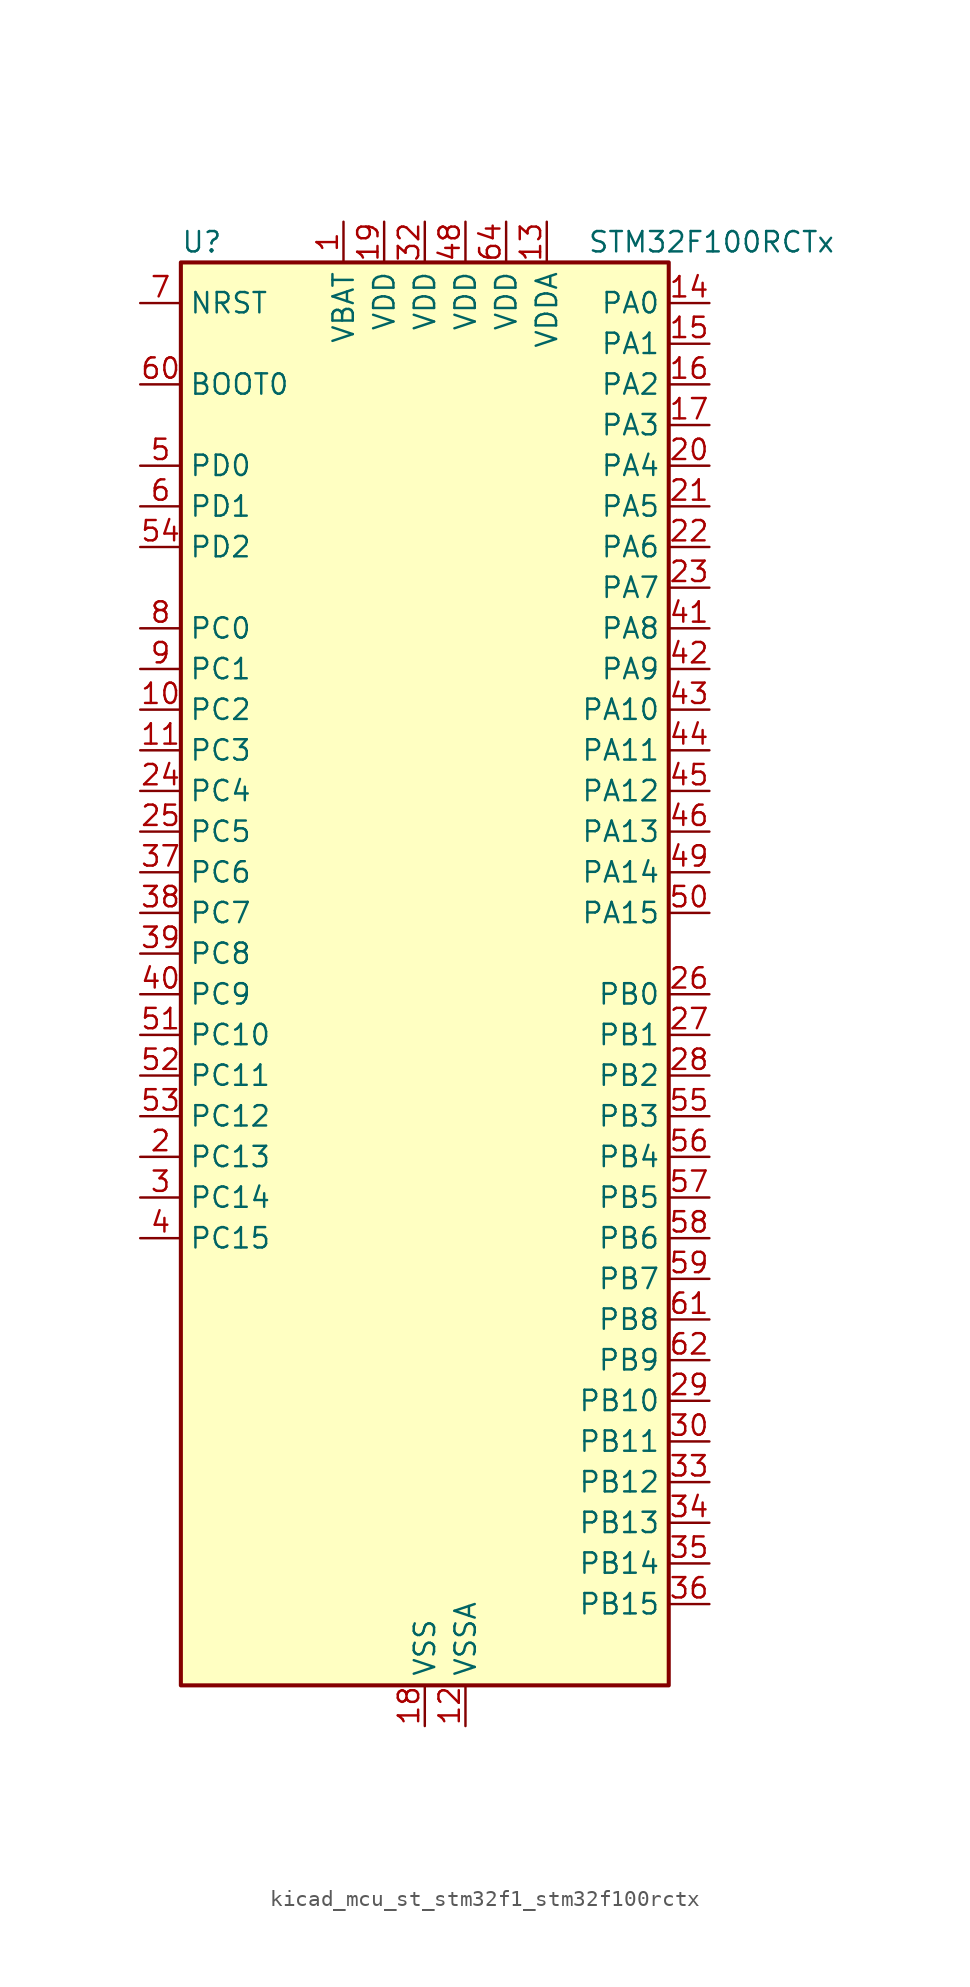
<source format=kicad_sym>
(kicad_symbol_lib
  (version 20220914)
  (generator kicad_symbol_editor)
  (symbol "kicad_mcu_st_stm32f1_stm32f100rctx"
    (property "Reference" "U"
      (at -15.24 46.99 0)
      (effects (font (size 1.27 1.27)) (justify left)))
    (property "Value" "STM32F100RCTx"
      (at 10.16 46.99 0)
      (effects (font (size 1.27 1.27)) (justify left)))
    (property "ki_locked" ""
      (at 0 0 0)
      (effects (font (size 1.27 1.27))))
    (symbol "kicad_mcu_st_stm32f1_stm32f100rctx_0_1"
      (rectangle (start -15.24 -43.18) (end 15.24 45.72) (stroke (width 0.254) (type default)) (fill (type background))))
    (symbol "kicad_mcu_st_stm32f1_stm32f100rctx_1_1"
      (pin power_in line (at -5.08 48.26 270) (length 2.54) (name "VBAT" (effects (font (size 1.27 1.27)))) (number "1" (effects (font (size 1.27 1.27)))))
      (pin bidirectional line (at -17.78 17.78 0) (length 2.54) (name "PC2" (effects (font (size 1.27 1.27)))) (number "10" (effects (font (size 1.27 1.27)))) (alternate "ADC1_IN12" bidirectional line))
      (pin bidirectional line (at -17.78 15.24 0) (length 2.54) (name "PC3" (effects (font (size 1.27 1.27)))) (number "11" (effects (font (size 1.27 1.27)))) (alternate "ADC1_IN13" bidirectional line))
      (pin power_in line (at 2.54 -45.72 90) (length 2.54) (name "VSSA" (effects (font (size 1.27 1.27)))) (number "12" (effects (font (size 1.27 1.27)))))
      (pin power_in line (at 7.62 48.26 270) (length 2.54) (name "VDDA" (effects (font (size 1.27 1.27)))) (number "13" (effects (font (size 1.27 1.27)))))
      (pin bidirectional line (at 17.78 43.18 180) (length 2.54) (name "PA0" (effects (font (size 1.27 1.27)))) (number "14" (effects (font (size 1.27 1.27)))) (alternate "ADC1_IN0" bidirectional line) (alternate "SYS_WKUP" bidirectional line) (alternate "TIM2_CH1" bidirectional line) (alternate "TIM2_ETR" bidirectional line) (alternate "TIM5_CH1" bidirectional line) (alternate "USART2_CTS" bidirectional line))
      (pin bidirectional line (at 17.78 40.64 180) (length 2.54) (name "PA1" (effects (font (size 1.27 1.27)))) (number "15" (effects (font (size 1.27 1.27)))) (alternate "ADC1_IN1" bidirectional line) (alternate "TIM2_CH2" bidirectional line) (alternate "TIM5_CH2" bidirectional line) (alternate "USART2_RTS" bidirectional line))
      (pin bidirectional line (at 17.78 38.1 180) (length 2.54) (name "PA2" (effects (font (size 1.27 1.27)))) (number "16" (effects (font (size 1.27 1.27)))) (alternate "ADC1_IN2" bidirectional line) (alternate "TIM15_CH1" bidirectional line) (alternate "TIM2_CH3" bidirectional line) (alternate "TIM5_CH3" bidirectional line) (alternate "USART2_TX" bidirectional line))
      (pin bidirectional line (at 17.78 35.56 180) (length 2.54) (name "PA3" (effects (font (size 1.27 1.27)))) (number "17" (effects (font (size 1.27 1.27)))) (alternate "ADC1_IN3" bidirectional line) (alternate "TIM15_CH2" bidirectional line) (alternate "TIM2_CH4" bidirectional line) (alternate "TIM5_CH4" bidirectional line) (alternate "USART2_RX" bidirectional line))
      (pin power_in line (at 0 -45.72 90) (length 2.54) (name "VSS" (effects (font (size 1.27 1.27)))) (number "18" (effects (font (size 1.27 1.27)))))
      (pin power_in line (at -2.54 48.26 270) (length 2.54) (name "VDD" (effects (font (size 1.27 1.27)))) (number "19" (effects (font (size 1.27 1.27)))))
      (pin bidirectional line (at -17.78 -10.16 0) (length 2.54) (name "PC13" (effects (font (size 1.27 1.27)))) (number "2" (effects (font (size 1.27 1.27)))) (alternate "RTC_OUT" bidirectional line) (alternate "RTC_TAMPER" bidirectional line))
      (pin bidirectional line (at 17.78 33.02 180) (length 2.54) (name "PA4" (effects (font (size 1.27 1.27)))) (number "20" (effects (font (size 1.27 1.27)))) (alternate "ADC1_IN4" bidirectional line) (alternate "DAC_OUT1" bidirectional line) (alternate "SPI1_NSS" bidirectional line) (alternate "USART2_CK" bidirectional line))
      (pin bidirectional line (at 17.78 30.48 180) (length 2.54) (name "PA5" (effects (font (size 1.27 1.27)))) (number "21" (effects (font (size 1.27 1.27)))) (alternate "ADC1_IN5" bidirectional line) (alternate "DAC_OUT2" bidirectional line) (alternate "SPI1_SCK" bidirectional line))
      (pin bidirectional line (at 17.78 27.94 180) (length 2.54) (name "PA6" (effects (font (size 1.27 1.27)))) (number "22" (effects (font (size 1.27 1.27)))) (alternate "ADC1_IN6" bidirectional line) (alternate "SPI1_MISO" bidirectional line) (alternate "TIM16_CH1" bidirectional line) (alternate "TIM1_BKIN" bidirectional line) (alternate "TIM3_CH1" bidirectional line))
      (pin bidirectional line (at 17.78 25.4 180) (length 2.54) (name "PA7" (effects (font (size 1.27 1.27)))) (number "23" (effects (font (size 1.27 1.27)))) (alternate "ADC1_IN7" bidirectional line) (alternate "SPI1_MOSI" bidirectional line) (alternate "TIM17_CH1" bidirectional line) (alternate "TIM1_CH1N" bidirectional line) (alternate "TIM3_CH2" bidirectional line))
      (pin bidirectional line (at -17.78 12.7 0) (length 2.54) (name "PC4" (effects (font (size 1.27 1.27)))) (number "24" (effects (font (size 1.27 1.27)))) (alternate "ADC1_IN14" bidirectional line) (alternate "TIM12_CH1" bidirectional line))
      (pin bidirectional line (at -17.78 10.16 0) (length 2.54) (name "PC5" (effects (font (size 1.27 1.27)))) (number "25" (effects (font (size 1.27 1.27)))) (alternate "ADC1_IN15" bidirectional line) (alternate "TIM12_CH2" bidirectional line))
      (pin bidirectional line (at 17.78 0 180) (length 2.54) (name "PB0" (effects (font (size 1.27 1.27)))) (number "26" (effects (font (size 1.27 1.27)))) (alternate "ADC1_IN8" bidirectional line) (alternate "TIM13_CH1" bidirectional line) (alternate "TIM1_CH2N" bidirectional line) (alternate "TIM3_CH3" bidirectional line))
      (pin bidirectional line (at 17.78 -2.54 180) (length 2.54) (name "PB1" (effects (font (size 1.27 1.27)))) (number "27" (effects (font (size 1.27 1.27)))) (alternate "ADC1_IN9" bidirectional line) (alternate "TIM14_CH1" bidirectional line) (alternate "TIM1_CH3N" bidirectional line) (alternate "TIM3_CH4" bidirectional line))
      (pin bidirectional line (at 17.78 -5.08 180) (length 2.54) (name "PB2" (effects (font (size 1.27 1.27)))) (number "28" (effects (font (size 1.27 1.27)))))
      (pin bidirectional line (at 17.78 -25.4 180) (length 2.54) (name "PB10" (effects (font (size 1.27 1.27)))) (number "29" (effects (font (size 1.27 1.27)))) (alternate "CEC" bidirectional line) (alternate "I2C2_SCL" bidirectional line) (alternate "TIM2_CH3" bidirectional line) (alternate "USART3_TX" bidirectional line))
      (pin bidirectional line (at -17.78 -12.7 0) (length 2.54) (name "PC14" (effects (font (size 1.27 1.27)))) (number "3" (effects (font (size 1.27 1.27)))) (alternate "RCC_OSC32_IN" bidirectional line))
      (pin bidirectional line (at 17.78 -27.94 180) (length 2.54) (name "PB11" (effects (font (size 1.27 1.27)))) (number "30" (effects (font (size 1.27 1.27)))) (alternate "ADC1_EXTI11" bidirectional line) (alternate "I2C2_SDA" bidirectional line) (alternate "TIM2_CH4" bidirectional line) (alternate "USART3_RX" bidirectional line))
      (pin passive line (at 0 -45.72 90) (length 2.54) hide (name "VSS" (effects (font (size 1.27 1.27)))) (number "31" (effects (font (size 1.27 1.27)))))
      (pin power_in line (at 0 48.26 270) (length 2.54) (name "VDD" (effects (font (size 1.27 1.27)))) (number "32" (effects (font (size 1.27 1.27)))))
      (pin bidirectional line (at 17.78 -30.48 180) (length 2.54) (name "PB12" (effects (font (size 1.27 1.27)))) (number "33" (effects (font (size 1.27 1.27)))) (alternate "I2C2_SMBA" bidirectional line) (alternate "SPI2_NSS" bidirectional line) (alternate "TIM12_CH1" bidirectional line) (alternate "TIM1_BKIN" bidirectional line) (alternate "USART3_CK" bidirectional line))
      (pin bidirectional line (at 17.78 -33.02 180) (length 2.54) (name "PB13" (effects (font (size 1.27 1.27)))) (number "34" (effects (font (size 1.27 1.27)))) (alternate "SPI2_SCK" bidirectional line) (alternate "TIM12_CH2" bidirectional line) (alternate "TIM1_CH1N" bidirectional line) (alternate "USART3_CTS" bidirectional line))
      (pin bidirectional line (at 17.78 -35.56 180) (length 2.54) (name "PB14" (effects (font (size 1.27 1.27)))) (number "35" (effects (font (size 1.27 1.27)))) (alternate "SPI2_MISO" bidirectional line) (alternate "TIM15_CH1" bidirectional line) (alternate "TIM1_CH2N" bidirectional line) (alternate "USART3_RTS" bidirectional line))
      (pin bidirectional line (at 17.78 -38.1 180) (length 2.54) (name "PB15" (effects (font (size 1.27 1.27)))) (number "36" (effects (font (size 1.27 1.27)))) (alternate "ADC1_EXTI15" bidirectional line) (alternate "SPI2_MOSI" bidirectional line) (alternate "TIM15_CH1N" bidirectional line) (alternate "TIM15_CH2" bidirectional line) (alternate "TIM1_CH3N" bidirectional line))
      (pin bidirectional line (at -17.78 7.62 0) (length 2.54) (name "PC6" (effects (font (size 1.27 1.27)))) (number "37" (effects (font (size 1.27 1.27)))) (alternate "TIM3_CH1" bidirectional line))
      (pin bidirectional line (at -17.78 5.08 0) (length 2.54) (name "PC7" (effects (font (size 1.27 1.27)))) (number "38" (effects (font (size 1.27 1.27)))) (alternate "TIM3_CH2" bidirectional line))
      (pin bidirectional line (at -17.78 2.54 0) (length 2.54) (name "PC8" (effects (font (size 1.27 1.27)))) (number "39" (effects (font (size 1.27 1.27)))) (alternate "TIM13_CH1" bidirectional line) (alternate "TIM3_CH3" bidirectional line))
      (pin bidirectional line (at -17.78 -15.24 0) (length 2.54) (name "PC15" (effects (font (size 1.27 1.27)))) (number "4" (effects (font (size 1.27 1.27)))) (alternate "ADC1_EXTI15" bidirectional line) (alternate "RCC_OSC32_OUT" bidirectional line))
      (pin bidirectional line (at -17.78 0 0) (length 2.54) (name "PC9" (effects (font (size 1.27 1.27)))) (number "40" (effects (font (size 1.27 1.27)))) (alternate "DAC_EXTI9" bidirectional line) (alternate "TIM14_CH1" bidirectional line) (alternate "TIM3_CH4" bidirectional line))
      (pin bidirectional line (at 17.78 22.86 180) (length 2.54) (name "PA8" (effects (font (size 1.27 1.27)))) (number "41" (effects (font (size 1.27 1.27)))) (alternate "RCC_MCO" bidirectional line) (alternate "TIM1_CH1" bidirectional line) (alternate "USART1_CK" bidirectional line))
      (pin bidirectional line (at 17.78 20.32 180) (length 2.54) (name "PA9" (effects (font (size 1.27 1.27)))) (number "42" (effects (font (size 1.27 1.27)))) (alternate "DAC_EXTI9" bidirectional line) (alternate "TIM15_BKIN" bidirectional line) (alternate "TIM1_CH2" bidirectional line) (alternate "USART1_TX" bidirectional line))
      (pin bidirectional line (at 17.78 17.78 180) (length 2.54) (name "PA10" (effects (font (size 1.27 1.27)))) (number "43" (effects (font (size 1.27 1.27)))) (alternate "TIM17_BKIN" bidirectional line) (alternate "TIM1_CH3" bidirectional line) (alternate "USART1_RX" bidirectional line))
      (pin bidirectional line (at 17.78 15.24 180) (length 2.54) (name "PA11" (effects (font (size 1.27 1.27)))) (number "44" (effects (font (size 1.27 1.27)))) (alternate "ADC1_EXTI11" bidirectional line) (alternate "TIM1_CH4" bidirectional line) (alternate "USART1_CTS" bidirectional line))
      (pin bidirectional line (at 17.78 12.7 180) (length 2.54) (name "PA12" (effects (font (size 1.27 1.27)))) (number "45" (effects (font (size 1.27 1.27)))) (alternate "TIM1_ETR" bidirectional line) (alternate "USART1_RTS" bidirectional line))
      (pin bidirectional line (at 17.78 10.16 180) (length 2.54) (name "PA13" (effects (font (size 1.27 1.27)))) (number "46" (effects (font (size 1.27 1.27)))) (alternate "SYS_JTMS-SWDIO" bidirectional line))
      (pin passive line (at 0 -45.72 90) (length 2.54) hide (name "VSS" (effects (font (size 1.27 1.27)))) (number "47" (effects (font (size 1.27 1.27)))))
      (pin power_in line (at 2.54 48.26 270) (length 2.54) (name "VDD" (effects (font (size 1.27 1.27)))) (number "48" (effects (font (size 1.27 1.27)))))
      (pin bidirectional line (at 17.78 7.62 180) (length 2.54) (name "PA14" (effects (font (size 1.27 1.27)))) (number "49" (effects (font (size 1.27 1.27)))) (alternate "SYS_JTCK-SWCLK" bidirectional line))
      (pin bidirectional line (at -17.78 33.02 0) (length 2.54) (name "PD0" (effects (font (size 1.27 1.27)))) (number "5" (effects (font (size 1.27 1.27)))) (alternate "RCC_OSC_IN" bidirectional line))
      (pin bidirectional line (at 17.78 5.08 180) (length 2.54) (name "PA15" (effects (font (size 1.27 1.27)))) (number "50" (effects (font (size 1.27 1.27)))) (alternate "ADC1_EXTI15" bidirectional line) (alternate "SPI1_NSS" bidirectional line) (alternate "SPI3_NSS" bidirectional line) (alternate "SYS_JTDI" bidirectional line) (alternate "TIM2_CH1" bidirectional line) (alternate "TIM2_ETR" bidirectional line))
      (pin bidirectional line (at -17.78 -2.54 0) (length 2.54) (name "PC10" (effects (font (size 1.27 1.27)))) (number "51" (effects (font (size 1.27 1.27)))) (alternate "UART4_TX" bidirectional line) (alternate "USART3_TX" bidirectional line))
      (pin bidirectional line (at -17.78 -5.08 0) (length 2.54) (name "PC11" (effects (font (size 1.27 1.27)))) (number "52" (effects (font (size 1.27 1.27)))) (alternate "ADC1_EXTI11" bidirectional line) (alternate "UART4_RX" bidirectional line) (alternate "USART3_RX" bidirectional line))
      (pin bidirectional line (at -17.78 -7.62 0) (length 2.54) (name "PC12" (effects (font (size 1.27 1.27)))) (number "53" (effects (font (size 1.27 1.27)))) (alternate "UART5_TX" bidirectional line) (alternate "USART3_CK" bidirectional line))
      (pin bidirectional line (at -17.78 27.94 0) (length 2.54) (name "PD2" (effects (font (size 1.27 1.27)))) (number "54" (effects (font (size 1.27 1.27)))) (alternate "TIM3_ETR" bidirectional line) (alternate "UART5_RX" bidirectional line))
      (pin bidirectional line (at 17.78 -7.62 180) (length 2.54) (name "PB3" (effects (font (size 1.27 1.27)))) (number "55" (effects (font (size 1.27 1.27)))) (alternate "SPI1_SCK" bidirectional line) (alternate "SPI3_SCK" bidirectional line) (alternate "SYS_JTDO-TRACESWO" bidirectional line) (alternate "TIM2_CH2" bidirectional line))
      (pin bidirectional line (at 17.78 -10.16 180) (length 2.54) (name "PB4" (effects (font (size 1.27 1.27)))) (number "56" (effects (font (size 1.27 1.27)))) (alternate "SPI1_MISO" bidirectional line) (alternate "SPI3_MISO" bidirectional line) (alternate "SYS_NJTRST" bidirectional line) (alternate "TIM3_CH1" bidirectional line))
      (pin bidirectional line (at 17.78 -12.7 180) (length 2.54) (name "PB5" (effects (font (size 1.27 1.27)))) (number "57" (effects (font (size 1.27 1.27)))) (alternate "I2C1_SMBA" bidirectional line) (alternate "SPI1_MOSI" bidirectional line) (alternate "SPI3_MOSI" bidirectional line) (alternate "TIM16_BKIN" bidirectional line) (alternate "TIM3_CH2" bidirectional line))
      (pin bidirectional line (at 17.78 -15.24 180) (length 2.54) (name "PB6" (effects (font (size 1.27 1.27)))) (number "58" (effects (font (size 1.27 1.27)))) (alternate "I2C1_SCL" bidirectional line) (alternate "TIM16_CH1N" bidirectional line) (alternate "TIM4_CH1" bidirectional line) (alternate "USART1_TX" bidirectional line))
      (pin bidirectional line (at 17.78 -17.78 180) (length 2.54) (name "PB7" (effects (font (size 1.27 1.27)))) (number "59" (effects (font (size 1.27 1.27)))) (alternate "I2C1_SDA" bidirectional line) (alternate "TIM17_CH1N" bidirectional line) (alternate "TIM4_CH2" bidirectional line) (alternate "USART1_RX" bidirectional line))
      (pin bidirectional line (at -17.78 30.48 0) (length 2.54) (name "PD1" (effects (font (size 1.27 1.27)))) (number "6" (effects (font (size 1.27 1.27)))) (alternate "RCC_OSC_OUT" bidirectional line))
      (pin input line (at -17.78 38.1 0) (length 2.54) (name "BOOT0" (effects (font (size 1.27 1.27)))) (number "60" (effects (font (size 1.27 1.27)))))
      (pin bidirectional line (at 17.78 -20.32 180) (length 2.54) (name "PB8" (effects (font (size 1.27 1.27)))) (number "61" (effects (font (size 1.27 1.27)))) (alternate "CEC" bidirectional line) (alternate "I2C1_SCL" bidirectional line) (alternate "TIM16_CH1" bidirectional line) (alternate "TIM4_CH3" bidirectional line))
      (pin bidirectional line (at 17.78 -22.86 180) (length 2.54) (name "PB9" (effects (font (size 1.27 1.27)))) (number "62" (effects (font (size 1.27 1.27)))) (alternate "DAC_EXTI9" bidirectional line) (alternate "I2C1_SDA" bidirectional line) (alternate "TIM17_CH1" bidirectional line) (alternate "TIM4_CH4" bidirectional line))
      (pin passive line (at 0 -45.72 90) (length 2.54) hide (name "VSS" (effects (font (size 1.27 1.27)))) (number "63" (effects (font (size 1.27 1.27)))))
      (pin power_in line (at 5.08 48.26 270) (length 2.54) (name "VDD" (effects (font (size 1.27 1.27)))) (number "64" (effects (font (size 1.27 1.27)))))
      (pin input line (at -17.78 43.18 0) (length 2.54) (name "NRST" (effects (font (size 1.27 1.27)))) (number "7" (effects (font (size 1.27 1.27)))))
      (pin bidirectional line (at -17.78 22.86 0) (length 2.54) (name "PC0" (effects (font (size 1.27 1.27)))) (number "8" (effects (font (size 1.27 1.27)))) (alternate "ADC1_IN10" bidirectional line))
      (pin bidirectional line (at -17.78 20.32 0) (length 2.54) (name "PC1" (effects (font (size 1.27 1.27)))) (number "9" (effects (font (size 1.27 1.27)))) (alternate "ADC1_IN11" bidirectional line)))))
</source>
